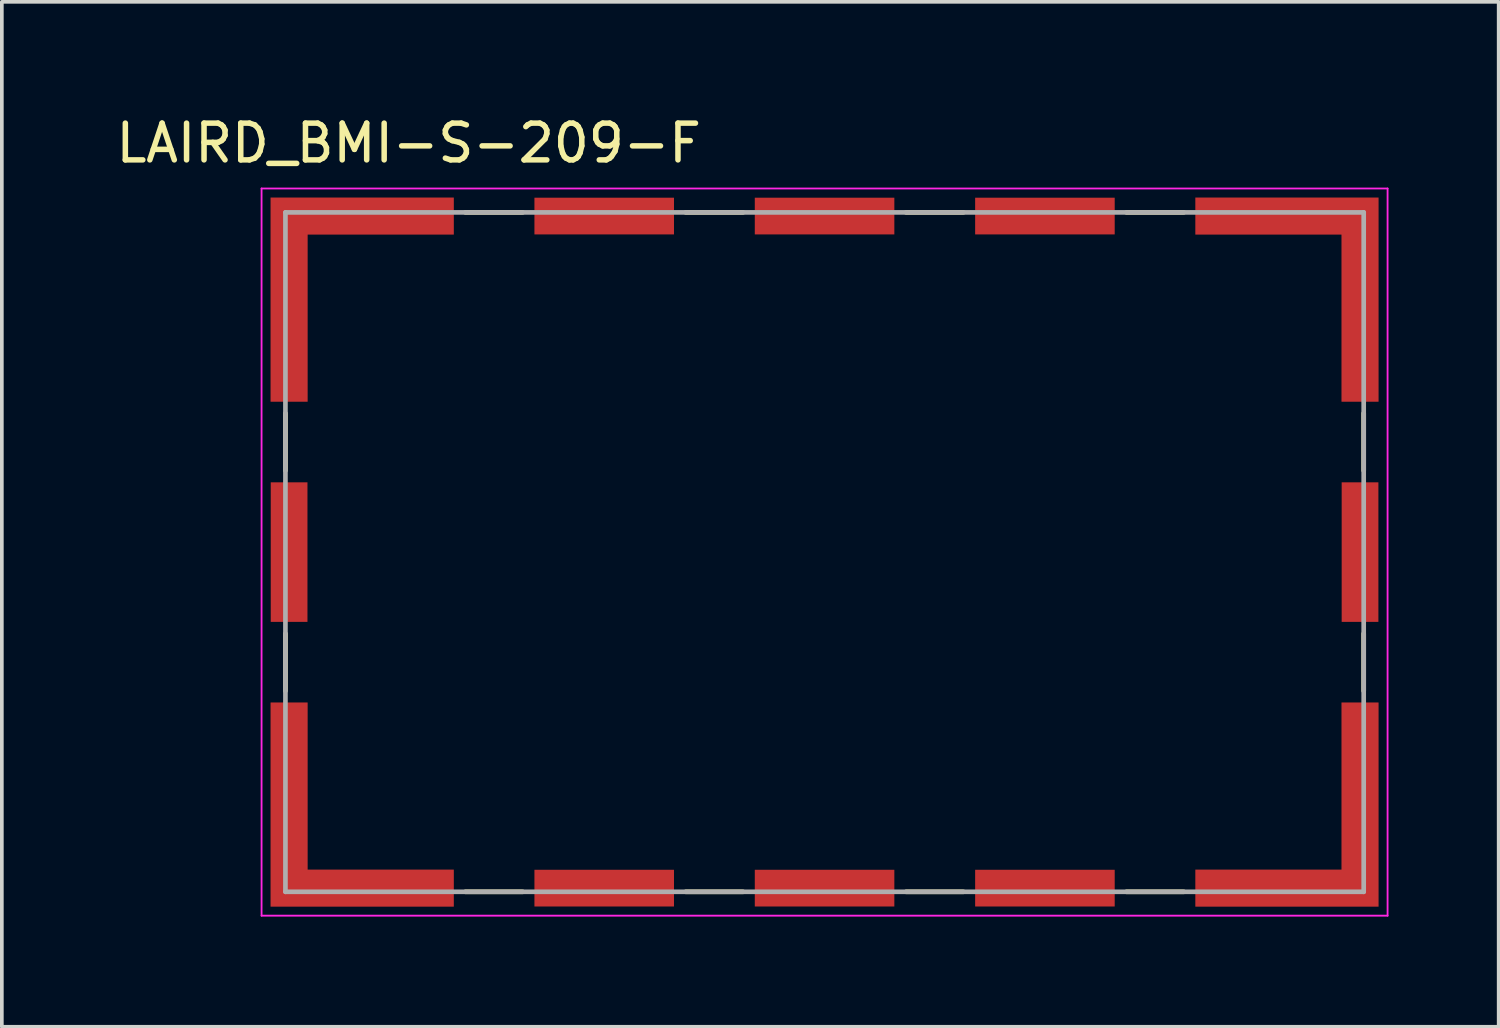
<source format=kicad_pcb>
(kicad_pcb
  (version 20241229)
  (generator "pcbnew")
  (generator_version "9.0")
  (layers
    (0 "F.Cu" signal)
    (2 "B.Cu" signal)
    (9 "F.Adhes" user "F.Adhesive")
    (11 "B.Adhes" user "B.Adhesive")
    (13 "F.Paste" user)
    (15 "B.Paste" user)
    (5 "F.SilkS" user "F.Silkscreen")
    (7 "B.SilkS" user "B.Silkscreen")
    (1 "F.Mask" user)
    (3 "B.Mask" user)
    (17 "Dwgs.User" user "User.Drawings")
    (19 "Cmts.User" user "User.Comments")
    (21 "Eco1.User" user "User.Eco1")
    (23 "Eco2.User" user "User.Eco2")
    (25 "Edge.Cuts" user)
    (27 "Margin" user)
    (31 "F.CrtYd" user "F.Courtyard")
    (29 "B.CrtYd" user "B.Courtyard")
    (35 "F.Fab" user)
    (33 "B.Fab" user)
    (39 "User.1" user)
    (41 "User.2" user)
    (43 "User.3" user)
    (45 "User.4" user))
  (footprint "LAIRD_BMI-S-209-F"
    (layer "F.Cu")
    (at 19.402 11.983)
    (property "Reference" "LAIRD_BMI-S-209-F" (at -11.325 -11.135 0) (layer "F.SilkS") (effects (font (size 1 1) (thickness 0.15))))
    (attr smd)
    (fp_poly (pts (xy -15.18 -4) (xy -13.98 -4) (xy -13.98 -8.55) (xy -10 -8.55) (xy -10 -9.75) (xy -15.18 -9.75)) (stroke (width 0.01) (type solid)) (fill yes) (layer "F.Mask"))
    (fp_poly (pts (xy -15.18 4) (xy -13.98 4) (xy -13.98 8.55) (xy -10 8.55) (xy -10 9.75) (xy -15.18 9.75)) (stroke (width 0.01) (type solid)) (fill yes) (layer "F.Mask"))
    (fp_poly (pts (xy 15.18 -4) (xy 13.98 -4) (xy 13.98 -8.55) (xy 10 -8.55) (xy 10 -9.75) (xy 15.18 -9.75)) (stroke (width 0.01) (type solid)) (fill yes) (layer "F.Mask"))
    (fp_poly (pts (xy 15.18 4) (xy 13.98 4) (xy 13.98 8.55) (xy 10 8.55) (xy 10 9.75) (xy 15.18 9.75)) (stroke (width 0.01) (type solid)) (fill yes) (layer "F.Mask"))
    (fp_line (start -14.68 -2.22) (end -14.68 -3.78) (stroke (width 0.127) (type solid)) (layer "F.SilkS"))
    (fp_line (start -14.68 3.78) (end -14.68 2.22) (stroke (width 0.127) (type solid)) (layer "F.SilkS"))
    (fp_line (start -9.78 -9.25) (end -8.22 -9.25) (stroke (width 0.127) (type solid)) (layer "F.SilkS"))
    (fp_line (start -9.78 9.25) (end -8.22 9.25) (stroke (width 0.127) (type solid)) (layer "F.SilkS"))
    (fp_line (start -3.78 -9.25) (end -2.22 -9.25) (stroke (width 0.127) (type solid)) (layer "F.SilkS"))
    (fp_line (start -3.78 9.25) (end -2.22 9.25) (stroke (width 0.127) (type solid)) (layer "F.SilkS"))
    (fp_line (start 2.22 -9.25) (end 3.78 -9.25) (stroke (width 0.127) (type solid)) (layer "F.SilkS"))
    (fp_line (start 2.22 9.25) (end 3.78 9.25) (stroke (width 0.127) (type solid)) (layer "F.SilkS"))
    (fp_line (start 8.22 -9.25) (end 9.78 -9.25) (stroke (width 0.127) (type solid)) (layer "F.SilkS"))
    (fp_line (start 8.22 9.25) (end 9.78 9.25) (stroke (width 0.127) (type solid)) (layer "F.SilkS"))
    (fp_line (start 14.68 -2.22) (end 14.68 -3.78) (stroke (width 0.127) (type solid)) (layer "F.SilkS"))
    (fp_line (start 14.68 3.78) (end 14.68 2.22) (stroke (width 0.127) (type solid)) (layer "F.SilkS"))
    (fp_poly (pts (xy -15.08 -4.1) (xy -14.08 -4.1) (xy -14.08 -8.65) (xy -10.1 -8.65) (xy -10.1 -9.65) (xy -15.08 -9.65)) (stroke (width 0.01) (type solid)) (fill yes) (layer "F.Paste"))
    (fp_poly (pts (xy -15.08 4.1) (xy -14.08 4.1) (xy -14.08 8.65) (xy -10.1 8.65) (xy -10.1 9.65) (xy -15.08 9.65)) (stroke (width 0.01) (type solid)) (fill yes) (layer "F.Paste"))
    (fp_poly (pts (xy 15.08 -4.1) (xy 14.08 -4.1) (xy 14.08 -8.65) (xy 10.1 -8.65) (xy 10.1 -9.65) (xy 15.08 -9.65)) (stroke (width 0.01) (type solid)) (fill yes) (layer "F.Paste"))
    (fp_poly (pts (xy 15.08 4.1) (xy 14.08 4.1) (xy 14.08 8.65) (xy 10.1 8.65) (xy 10.1 9.65) (xy 15.08 9.65)) (stroke (width 0.01) (type solid)) (fill yes) (layer "F.Paste"))
    (fp_line (start -15.33 -9.9) (end 15.33 -9.9) (stroke (width 0.05) (type solid)) (layer "F.CrtYd"))
    (fp_line (start -15.33 9.9) (end -15.33 -9.9) (stroke (width 0.05) (type solid)) (layer "F.CrtYd"))
    (fp_line (start 15.33 -9.9) (end 15.33 9.9) (stroke (width 0.05) (type solid)) (layer "F.CrtYd"))
    (fp_line (start 15.33 9.9) (end -15.33 9.9) (stroke (width 0.05) (type solid)) (layer "F.CrtYd"))
    (fp_line (start -14.68 -9.25) (end 14.68 -9.25) (stroke (width 0.127) (type solid)) (layer "F.Fab"))
    (fp_line (start -14.68 9.25) (end -14.68 -9.25) (stroke (width 0.127) (type solid)) (layer "F.Fab"))
    (fp_line (start 14.68 -9.25) (end 14.68 9.25) (stroke (width 0.127) (type solid)) (layer "F.Fab"))
    (fp_line (start 14.68 9.25) (end -14.68 9.25) (stroke (width 0.127) (type solid)) (layer "F.Fab"))
    (pad "S1" smd custom (at -14.58 -9.15) (size 1 1) (layers "F.Cu") (options (anchor rect)) (primitives (gr_poly (pts (xy -0.5 5.05) (xy 0.5 5.05) (xy 0.5 0.5) (xy 4.48 0.5) (xy 4.48 -0.5) (xy -0.5 -0.5)) (width 0.01) (fill yes))))
    (pad "S2" smd rect (at -14.58 0) (size 1 3.8) (layers "F.Cu" "F.Mask" "F.Paste"))
    (pad "S3" smd custom (at -14.58 9.15) (size 1 1) (layers "F.Cu") (options (anchor rect)) (primitives (gr_poly (pts (xy -0.5 -5.05) (xy 0.5 -5.05) (xy 0.5 -0.5) (xy 4.48 -0.5) (xy 4.48 0.5) (xy -0.5 0.5)) (width 0.01) (fill yes))))
    (pad "S4" smd rect (at -6 9.15) (size 3.8 1) (layers "F.Cu" "F.Mask" "F.Paste"))
    (pad "S5" smd rect (at 0 9.15) (size 3.8 1) (layers "F.Cu" "F.Mask" "F.Paste"))
    (pad "S6" smd rect (at 6 9.15) (size 3.8 1) (layers "F.Cu" "F.Mask" "F.Paste"))
    (pad "S7" smd custom (at 14.58 9.15) (size 1 1) (layers "F.Cu") (options (anchor rect)) (primitives (gr_poly (pts (xy 0.5 -5.05) (xy -0.5 -5.05) (xy -0.5 -0.5) (xy -4.48 -0.5) (xy -4.48 0.5) (xy 0.5 0.5)) (width 0.01) (fill yes))))
    (pad "S8" smd rect (at 14.58 0) (size 1 3.8) (layers "F.Cu" "F.Mask" "F.Paste"))
    (pad "S9" smd custom (at 14.58 -9.15) (size 1 1) (layers "F.Cu") (options (anchor rect)) (primitives (gr_poly (pts (xy 0.5 5.05) (xy -0.5 5.05) (xy -0.5 0.5) (xy -4.48 0.5) (xy -4.48 -0.5) (xy 0.5 -0.5)) (width 0.01) (fill yes))))
    (pad "S10" smd rect (at 6 -9.15) (size 3.8 1) (layers "F.Cu" "F.Mask" "F.Paste"))
    (pad "S11" smd rect (at 0 -9.15) (size 3.8 1) (layers "F.Cu" "F.Mask" "F.Paste"))
    (pad "S12" smd rect (at -6 -9.15) (size 3.8 1) (layers "F.Cu" "F.Mask" "F.Paste")))
  (gr_rect
    (start -3 -3)
    (end 37.757 24.908)
    (stroke (width 0.1) (type default))
    (fill no)
    (layer "Edge.Cuts")))
</source>
